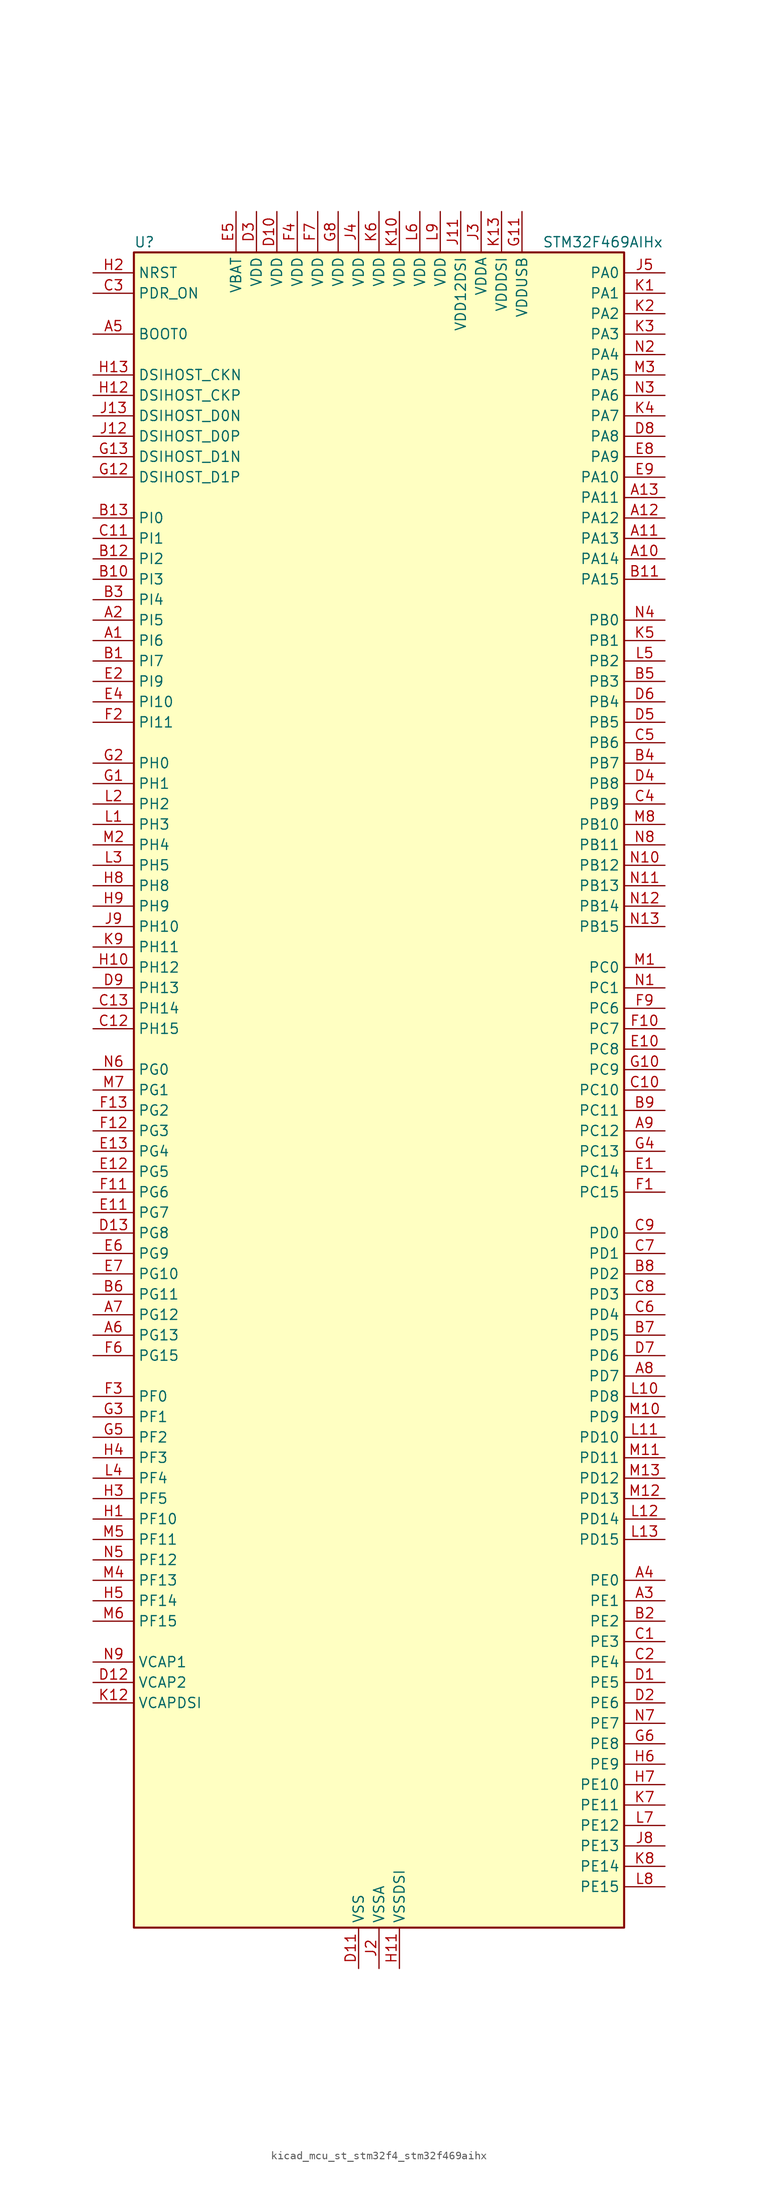
<source format=kicad_sym>
(kicad_symbol_lib
  (version 20220914)
  (generator kicad_symbol_editor)
  (symbol "kicad_mcu_st_stm32f4_stm32f469aihx"
    (property "Reference" "U"
      (at -30.48 105.41 0)
      (effects (font (size 1.27 1.27)) (justify left)))
    (property "Value" "STM32F469AIHx"
      (at 20.32 105.41 0)
      (effects (font (size 1.27 1.27)) (justify left)))
    (property "ki_locked" ""
      (at 0 0 0)
      (effects (font (size 1.27 1.27))))
    (symbol "kicad_mcu_st_stm32f4_stm32f469aihx_0_1"
      (rectangle (start -30.48 -104.14) (end 30.48 104.14) (stroke (width 0.254) (type default)) (fill (type background))))
    (symbol "kicad_mcu_st_stm32f4_stm32f469aihx_1_1"
      (pin bidirectional line (at -35.56 55.88 0) (length 5.08) (name "PI6" (effects (font (size 1.27 1.27)))) (number "A1" (effects (font (size 1.27 1.27)))) (alternate "DCMI_D6" bidirectional line) (alternate "FMC_D28" bidirectional line) (alternate "LTDC_B6" bidirectional line) (alternate "TIM8_CH2" bidirectional line))
      (pin bidirectional line (at 35.56 66.04 180) (length 5.08) (name "PA14" (effects (font (size 1.27 1.27)))) (number "A10" (effects (font (size 1.27 1.27)))) (alternate "SYS_JTCK-SWCLK" bidirectional line))
      (pin bidirectional line (at 35.56 68.58 180) (length 5.08) (name "PA13" (effects (font (size 1.27 1.27)))) (number "A11" (effects (font (size 1.27 1.27)))) (alternate "SYS_JTMS-SWDIO" bidirectional line))
      (pin bidirectional line (at 35.56 71.12 180) (length 5.08) (name "PA12" (effects (font (size 1.27 1.27)))) (number "A12" (effects (font (size 1.27 1.27)))) (alternate "CAN1_TX" bidirectional line) (alternate "LTDC_R5" bidirectional line) (alternate "TIM1_ETR" bidirectional line) (alternate "USART1_RTS" bidirectional line) (alternate "USB_OTG_FS_DP" bidirectional line))
      (pin bidirectional line (at 35.56 73.66 180) (length 5.08) (name "PA11" (effects (font (size 1.27 1.27)))) (number "A13" (effects (font (size 1.27 1.27)))) (alternate "ADC1_EXTI11" bidirectional line) (alternate "ADC2_EXTI11" bidirectional line) (alternate "ADC3_EXTI11" bidirectional line) (alternate "CAN1_RX" bidirectional line) (alternate "LTDC_R4" bidirectional line) (alternate "TIM1_CH4" bidirectional line) (alternate "USART1_CTS" bidirectional line) (alternate "USB_OTG_FS_DM" bidirectional line))
      (pin bidirectional line (at -35.56 58.42 0) (length 5.08) (name "PI5" (effects (font (size 1.27 1.27)))) (number "A2" (effects (font (size 1.27 1.27)))) (alternate "DCMI_VSYNC" bidirectional line) (alternate "FMC_NBL3" bidirectional line) (alternate "LTDC_B5" bidirectional line) (alternate "TIM8_CH1" bidirectional line))
      (pin bidirectional line (at 35.56 -63.5 180) (length 5.08) (name "PE1" (effects (font (size 1.27 1.27)))) (number "A3" (effects (font (size 1.27 1.27)))) (alternate "DCMI_D3" bidirectional line) (alternate "FMC_NBL1" bidirectional line) (alternate "UART8_TX" bidirectional line))
      (pin bidirectional line (at 35.56 -60.96 180) (length 5.08) (name "PE0" (effects (font (size 1.27 1.27)))) (number "A4" (effects (font (size 1.27 1.27)))) (alternate "DCMI_D2" bidirectional line) (alternate "FMC_NBL0" bidirectional line) (alternate "TIM4_ETR" bidirectional line) (alternate "UART8_RX" bidirectional line))
      (pin input line (at -35.56 93.98 0) (length 5.08) (name "BOOT0" (effects (font (size 1.27 1.27)))) (number "A5" (effects (font (size 1.27 1.27)))))
      (pin bidirectional line (at -35.56 -30.48 0) (length 5.08) (name "PG13" (effects (font (size 1.27 1.27)))) (number "A6" (effects (font (size 1.27 1.27)))) (alternate "FMC_A24" bidirectional line) (alternate "LTDC_R0" bidirectional line) (alternate "SPI6_SCK" bidirectional line) (alternate "SYS_TRACED0" bidirectional line) (alternate "USART6_CTS" bidirectional line))
      (pin bidirectional line (at -35.56 -27.94 0) (length 5.08) (name "PG12" (effects (font (size 1.27 1.27)))) (number "A7" (effects (font (size 1.27 1.27)))) (alternate "FMC_NE4" bidirectional line) (alternate "LTDC_B1" bidirectional line) (alternate "LTDC_B4" bidirectional line) (alternate "SPI6_MISO" bidirectional line) (alternate "USART6_RTS" bidirectional line))
      (pin bidirectional line (at 35.56 -35.56 180) (length 5.08) (name "PD7" (effects (font (size 1.27 1.27)))) (number "A8" (effects (font (size 1.27 1.27)))) (alternate "FMC_NE1" bidirectional line) (alternate "USART2_CK" bidirectional line))
      (pin bidirectional line (at 35.56 -5.08 180) (length 5.08) (name "PC12" (effects (font (size 1.27 1.27)))) (number "A9" (effects (font (size 1.27 1.27)))) (alternate "DCMI_D9" bidirectional line) (alternate "I2S3_SD" bidirectional line) (alternate "SDIO_CK" bidirectional line) (alternate "SPI3_MOSI" bidirectional line) (alternate "SYS_TRACED3" bidirectional line) (alternate "UART5_TX" bidirectional line) (alternate "USART3_CK" bidirectional line))
      (pin bidirectional line (at -35.56 53.34 0) (length 5.08) (name "PI7" (effects (font (size 1.27 1.27)))) (number "B1" (effects (font (size 1.27 1.27)))) (alternate "DCMI_D7" bidirectional line) (alternate "FMC_D29" bidirectional line) (alternate "LTDC_B7" bidirectional line) (alternate "TIM8_CH3" bidirectional line))
      (pin bidirectional line (at -35.56 63.5 0) (length 5.08) (name "PI3" (effects (font (size 1.27 1.27)))) (number "B10" (effects (font (size 1.27 1.27)))) (alternate "DCMI_D10" bidirectional line) (alternate "FMC_D27" bidirectional line) (alternate "I2S2_SD" bidirectional line) (alternate "SPI2_MOSI" bidirectional line) (alternate "TIM8_ETR" bidirectional line))
      (pin bidirectional line (at 35.56 63.5 180) (length 5.08) (name "PA15" (effects (font (size 1.27 1.27)))) (number "B11" (effects (font (size 1.27 1.27)))) (alternate "ADC1_EXTI15" bidirectional line) (alternate "ADC2_EXTI15" bidirectional line) (alternate "ADC3_EXTI15" bidirectional line) (alternate "I2S3_WS" bidirectional line) (alternate "SPI1_NSS" bidirectional line) (alternate "SPI3_NSS" bidirectional line) (alternate "SYS_JTDI" bidirectional line) (alternate "TIM2_CH1" bidirectional line) (alternate "TIM2_ETR" bidirectional line))
      (pin bidirectional line (at -35.56 66.04 0) (length 5.08) (name "PI2" (effects (font (size 1.27 1.27)))) (number "B12" (effects (font (size 1.27 1.27)))) (alternate "DCMI_D9" bidirectional line) (alternate "FMC_D26" bidirectional line) (alternate "I2S2_ext_SD" bidirectional line) (alternate "LTDC_G7" bidirectional line) (alternate "SPI2_MISO" bidirectional line) (alternate "TIM8_CH4" bidirectional line))
      (pin bidirectional line (at -35.56 71.12 0) (length 5.08) (name "PI0" (effects (font (size 1.27 1.27)))) (number "B13" (effects (font (size 1.27 1.27)))) (alternate "DCMI_D13" bidirectional line) (alternate "FMC_D24" bidirectional line) (alternate "I2S2_WS" bidirectional line) (alternate "LTDC_G5" bidirectional line) (alternate "SPI2_NSS" bidirectional line) (alternate "TIM5_CH4" bidirectional line))
      (pin bidirectional line (at 35.56 -66.04 180) (length 5.08) (name "PE2" (effects (font (size 1.27 1.27)))) (number "B2" (effects (font (size 1.27 1.27)))) (alternate "FMC_A23" bidirectional line) (alternate "QUADSPI_BK1_IO2" bidirectional line) (alternate "SAI1_MCLK_A" bidirectional line) (alternate "SPI4_SCK" bidirectional line) (alternate "SYS_TRACECLK" bidirectional line))
      (pin bidirectional line (at -35.56 60.96 0) (length 5.08) (name "PI4" (effects (font (size 1.27 1.27)))) (number "B3" (effects (font (size 1.27 1.27)))) (alternate "DCMI_D5" bidirectional line) (alternate "FMC_NBL2" bidirectional line) (alternate "LTDC_B4" bidirectional line) (alternate "TIM8_BKIN" bidirectional line))
      (pin bidirectional line (at 35.56 40.64 180) (length 5.08) (name "PB7" (effects (font (size 1.27 1.27)))) (number "B4" (effects (font (size 1.27 1.27)))) (alternate "DCMI_VSYNC" bidirectional line) (alternate "FMC_NL" bidirectional line) (alternate "I2C1_SDA" bidirectional line) (alternate "TIM4_CH2" bidirectional line) (alternate "USART1_RX" bidirectional line))
      (pin bidirectional line (at 35.56 50.8 180) (length 5.08) (name "PB3" (effects (font (size 1.27 1.27)))) (number "B5" (effects (font (size 1.27 1.27)))) (alternate "I2S3_CK" bidirectional line) (alternate "SPI1_SCK" bidirectional line) (alternate "SPI3_SCK" bidirectional line) (alternate "SYS_JTDO-SWO" bidirectional line) (alternate "TIM2_CH2" bidirectional line))
      (pin bidirectional line (at -35.56 -25.4 0) (length 5.08) (name "PG11" (effects (font (size 1.27 1.27)))) (number "B6" (effects (font (size 1.27 1.27)))) (alternate "ADC1_EXTI11" bidirectional line) (alternate "ADC2_EXTI11" bidirectional line) (alternate "ADC3_EXTI11" bidirectional line) (alternate "DCMI_D3" bidirectional line) (alternate "LTDC_B3" bidirectional line))
      (pin bidirectional line (at 35.56 -30.48 180) (length 5.08) (name "PD5" (effects (font (size 1.27 1.27)))) (number "B7" (effects (font (size 1.27 1.27)))) (alternate "FMC_NWE" bidirectional line) (alternate "USART2_TX" bidirectional line))
      (pin bidirectional line (at 35.56 -22.86 180) (length 5.08) (name "PD2" (effects (font (size 1.27 1.27)))) (number "B8" (effects (font (size 1.27 1.27)))) (alternate "DCMI_D11" bidirectional line) (alternate "SDIO_CMD" bidirectional line) (alternate "SYS_TRACED2" bidirectional line) (alternate "TIM3_ETR" bidirectional line) (alternate "UART5_RX" bidirectional line))
      (pin bidirectional line (at 35.56 -2.54 180) (length 5.08) (name "PC11" (effects (font (size 1.27 1.27)))) (number "B9" (effects (font (size 1.27 1.27)))) (alternate "ADC1_EXTI11" bidirectional line) (alternate "ADC2_EXTI11" bidirectional line) (alternate "ADC3_EXTI11" bidirectional line) (alternate "DCMI_D4" bidirectional line) (alternate "I2S3_ext_SD" bidirectional line) (alternate "QUADSPI_BK2_NCS" bidirectional line) (alternate "SDIO_D3" bidirectional line) (alternate "SPI3_MISO" bidirectional line) (alternate "UART4_RX" bidirectional line) (alternate "USART3_RX" bidirectional line))
      (pin bidirectional line (at 35.56 -68.58 180) (length 5.08) (name "PE3" (effects (font (size 1.27 1.27)))) (number "C1" (effects (font (size 1.27 1.27)))) (alternate "FMC_A19" bidirectional line) (alternate "SAI1_SD_B" bidirectional line) (alternate "SYS_TRACED0" bidirectional line))
      (pin bidirectional line (at 35.56 0 180) (length 5.08) (name "PC10" (effects (font (size 1.27 1.27)))) (number "C10" (effects (font (size 1.27 1.27)))) (alternate "DCMI_D8" bidirectional line) (alternate "I2S3_CK" bidirectional line) (alternate "LTDC_R2" bidirectional line) (alternate "QUADSPI_BK1_IO1" bidirectional line) (alternate "SDIO_D2" bidirectional line) (alternate "SPI3_SCK" bidirectional line) (alternate "UART4_TX" bidirectional line) (alternate "USART3_TX" bidirectional line))
      (pin bidirectional line (at -35.56 68.58 0) (length 5.08) (name "PI1" (effects (font (size 1.27 1.27)))) (number "C11" (effects (font (size 1.27 1.27)))) (alternate "DCMI_D8" bidirectional line) (alternate "FMC_D25" bidirectional line) (alternate "I2S2_CK" bidirectional line) (alternate "LTDC_G6" bidirectional line) (alternate "SPI2_SCK" bidirectional line))
      (pin bidirectional line (at -35.56 7.62 0) (length 5.08) (name "PH15" (effects (font (size 1.27 1.27)))) (number "C12" (effects (font (size 1.27 1.27)))) (alternate "ADC1_EXTI15" bidirectional line) (alternate "ADC2_EXTI15" bidirectional line) (alternate "ADC3_EXTI15" bidirectional line) (alternate "DCMI_D11" bidirectional line) (alternate "FMC_D23" bidirectional line) (alternate "LTDC_G4" bidirectional line) (alternate "TIM8_CH3N" bidirectional line))
      (pin bidirectional line (at -35.56 10.16 0) (length 5.08) (name "PH14" (effects (font (size 1.27 1.27)))) (number "C13" (effects (font (size 1.27 1.27)))) (alternate "DCMI_D4" bidirectional line) (alternate "FMC_D22" bidirectional line) (alternate "LTDC_G3" bidirectional line) (alternate "TIM8_CH2N" bidirectional line))
      (pin bidirectional line (at 35.56 -71.12 180) (length 5.08) (name "PE4" (effects (font (size 1.27 1.27)))) (number "C2" (effects (font (size 1.27 1.27)))) (alternate "DCMI_D4" bidirectional line) (alternate "FMC_A20" bidirectional line) (alternate "LTDC_B0" bidirectional line) (alternate "SAI1_FS_A" bidirectional line) (alternate "SPI4_NSS" bidirectional line) (alternate "SYS_TRACED1" bidirectional line))
      (pin input line (at -35.56 99.06 0) (length 5.08) (name "PDR_ON" (effects (font (size 1.27 1.27)))) (number "C3" (effects (font (size 1.27 1.27)))))
      (pin bidirectional line (at 35.56 35.56 180) (length 5.08) (name "PB9" (effects (font (size 1.27 1.27)))) (number "C4" (effects (font (size 1.27 1.27)))) (alternate "CAN1_TX" bidirectional line) (alternate "DAC_EXTI9" bidirectional line) (alternate "DCMI_D7" bidirectional line) (alternate "I2C1_SDA" bidirectional line) (alternate "I2S2_WS" bidirectional line) (alternate "LTDC_B7" bidirectional line) (alternate "SDIO_D5" bidirectional line) (alternate "SPI2_NSS" bidirectional line) (alternate "TIM11_CH1" bidirectional line) (alternate "TIM4_CH4" bidirectional line))
      (pin bidirectional line (at 35.56 43.18 180) (length 5.08) (name "PB6" (effects (font (size 1.27 1.27)))) (number "C5" (effects (font (size 1.27 1.27)))) (alternate "CAN2_TX" bidirectional line) (alternate "DCMI_D5" bidirectional line) (alternate "FMC_SDNE1" bidirectional line) (alternate "I2C1_SCL" bidirectional line) (alternate "QUADSPI_BK1_NCS" bidirectional line) (alternate "TIM4_CH1" bidirectional line) (alternate "USART1_TX" bidirectional line))
      (pin bidirectional line (at 35.56 -27.94 180) (length 5.08) (name "PD4" (effects (font (size 1.27 1.27)))) (number "C6" (effects (font (size 1.27 1.27)))) (alternate "FMC_NOE" bidirectional line) (alternate "USART2_RTS" bidirectional line))
      (pin bidirectional line (at 35.56 -20.32 180) (length 5.08) (name "PD1" (effects (font (size 1.27 1.27)))) (number "C7" (effects (font (size 1.27 1.27)))) (alternate "CAN1_TX" bidirectional line) (alternate "FMC_D3" bidirectional line) (alternate "FMC_DA3" bidirectional line))
      (pin bidirectional line (at 35.56 -25.4 180) (length 5.08) (name "PD3" (effects (font (size 1.27 1.27)))) (number "C8" (effects (font (size 1.27 1.27)))) (alternate "DCMI_D5" bidirectional line) (alternate "FMC_CLK" bidirectional line) (alternate "I2S2_CK" bidirectional line) (alternate "LTDC_G7" bidirectional line) (alternate "SPI2_SCK" bidirectional line) (alternate "USART2_CTS" bidirectional line))
      (pin bidirectional line (at 35.56 -17.78 180) (length 5.08) (name "PD0" (effects (font (size 1.27 1.27)))) (number "C9" (effects (font (size 1.27 1.27)))) (alternate "CAN1_RX" bidirectional line) (alternate "FMC_D2" bidirectional line) (alternate "FMC_DA2" bidirectional line))
      (pin bidirectional line (at 35.56 -73.66 180) (length 5.08) (name "PE5" (effects (font (size 1.27 1.27)))) (number "D1" (effects (font (size 1.27 1.27)))) (alternate "DCMI_D6" bidirectional line) (alternate "FMC_A21" bidirectional line) (alternate "LTDC_G0" bidirectional line) (alternate "SAI1_SCK_A" bidirectional line) (alternate "SPI4_MISO" bidirectional line) (alternate "SYS_TRACED2" bidirectional line) (alternate "TIM9_CH1" bidirectional line))
      (pin power_in line (at -12.7 109.22 270) (length 5.08) (name "VDD" (effects (font (size 1.27 1.27)))) (number "D10" (effects (font (size 1.27 1.27)))))
      (pin power_in line (at -2.54 -109.22 90) (length 5.08) (name "VSS" (effects (font (size 1.27 1.27)))) (number "D11" (effects (font (size 1.27 1.27)))))
      (pin power_out line (at -35.56 -73.66 0) (length 5.08) (name "VCAP2" (effects (font (size 1.27 1.27)))) (number "D12" (effects (font (size 1.27 1.27)))))
      (pin bidirectional line (at -35.56 -17.78 0) (length 5.08) (name "PG8" (effects (font (size 1.27 1.27)))) (number "D13" (effects (font (size 1.27 1.27)))) (alternate "FMC_SDCLK" bidirectional line) (alternate "LTDC_G7" bidirectional line) (alternate "SPI6_NSS" bidirectional line) (alternate "USART6_RTS" bidirectional line))
      (pin bidirectional line (at 35.56 -76.2 180) (length 5.08) (name "PE6" (effects (font (size 1.27 1.27)))) (number "D2" (effects (font (size 1.27 1.27)))) (alternate "DCMI_D7" bidirectional line) (alternate "FMC_A22" bidirectional line) (alternate "LTDC_G1" bidirectional line) (alternate "SAI1_SD_A" bidirectional line) (alternate "SPI4_MOSI" bidirectional line) (alternate "SYS_TRACED3" bidirectional line) (alternate "TIM9_CH2" bidirectional line))
      (pin power_in line (at -15.24 109.22 270) (length 5.08) (name "VDD" (effects (font (size 1.27 1.27)))) (number "D3" (effects (font (size 1.27 1.27)))))
      (pin bidirectional line (at 35.56 38.1 180) (length 5.08) (name "PB8" (effects (font (size 1.27 1.27)))) (number "D4" (effects (font (size 1.27 1.27)))) (alternate "CAN1_RX" bidirectional line) (alternate "DCMI_D6" bidirectional line) (alternate "I2C1_SCL" bidirectional line) (alternate "LTDC_B6" bidirectional line) (alternate "SDIO_D4" bidirectional line) (alternate "TIM10_CH1" bidirectional line) (alternate "TIM4_CH3" bidirectional line))
      (pin bidirectional line (at 35.56 45.72 180) (length 5.08) (name "PB5" (effects (font (size 1.27 1.27)))) (number "D5" (effects (font (size 1.27 1.27)))) (alternate "CAN2_RX" bidirectional line) (alternate "DCMI_D10" bidirectional line) (alternate "FMC_SDCKE1" bidirectional line) (alternate "I2C1_SMBA" bidirectional line) (alternate "I2S3_SD" bidirectional line) (alternate "LTDC_G7" bidirectional line) (alternate "SPI1_MOSI" bidirectional line) (alternate "SPI3_MOSI" bidirectional line) (alternate "TIM3_CH2" bidirectional line) (alternate "USB_OTG_HS_ULPI_D7" bidirectional line))
      (pin bidirectional line (at 35.56 48.26 180) (length 5.08) (name "PB4" (effects (font (size 1.27 1.27)))) (number "D6" (effects (font (size 1.27 1.27)))) (alternate "I2S3_ext_SD" bidirectional line) (alternate "SPI1_MISO" bidirectional line) (alternate "SPI3_MISO" bidirectional line) (alternate "SYS_JTRST" bidirectional line) (alternate "TIM3_CH1" bidirectional line))
      (pin bidirectional line (at 35.56 -33.02 180) (length 5.08) (name "PD6" (effects (font (size 1.27 1.27)))) (number "D7" (effects (font (size 1.27 1.27)))) (alternate "DCMI_D10" bidirectional line) (alternate "FMC_NWAIT" bidirectional line) (alternate "I2S3_SD" bidirectional line) (alternate "LTDC_B2" bidirectional line) (alternate "SAI1_SD_A" bidirectional line) (alternate "SPI3_MOSI" bidirectional line) (alternate "USART2_RX" bidirectional line))
      (pin bidirectional line (at 35.56 81.28 180) (length 5.08) (name "PA8" (effects (font (size 1.27 1.27)))) (number "D8" (effects (font (size 1.27 1.27)))) (alternate "I2C3_SCL" bidirectional line) (alternate "LTDC_R6" bidirectional line) (alternate "RCC_MCO_1" bidirectional line) (alternate "TIM1_CH1" bidirectional line) (alternate "USART1_CK" bidirectional line) (alternate "USB_OTG_FS_SOF" bidirectional line))
      (pin bidirectional line (at -35.56 12.7 0) (length 5.08) (name "PH13" (effects (font (size 1.27 1.27)))) (number "D9" (effects (font (size 1.27 1.27)))) (alternate "CAN1_TX" bidirectional line) (alternate "FMC_D21" bidirectional line) (alternate "LTDC_G2" bidirectional line) (alternate "TIM8_CH1N" bidirectional line))
      (pin bidirectional line (at 35.56 -10.16 180) (length 5.08) (name "PC14" (effects (font (size 1.27 1.27)))) (number "E1" (effects (font (size 1.27 1.27)))) (alternate "RCC_OSC32_IN" bidirectional line))
      (pin bidirectional line (at 35.56 5.08 180) (length 5.08) (name "PC8" (effects (font (size 1.27 1.27)))) (number "E10" (effects (font (size 1.27 1.27)))) (alternate "DCMI_D2" bidirectional line) (alternate "SDIO_D0" bidirectional line) (alternate "SYS_TRACED1" bidirectional line) (alternate "TIM3_CH3" bidirectional line) (alternate "TIM8_CH3" bidirectional line) (alternate "USART6_CK" bidirectional line))
      (pin bidirectional line (at -35.56 -15.24 0) (length 5.08) (name "PG7" (effects (font (size 1.27 1.27)))) (number "E11" (effects (font (size 1.27 1.27)))) (alternate "DCMI_D13" bidirectional line) (alternate "FMC_INT" bidirectional line) (alternate "LTDC_CLK" bidirectional line) (alternate "SAI1_MCLK_A" bidirectional line) (alternate "USART6_CK" bidirectional line))
      (pin bidirectional line (at -35.56 -10.16 0) (length 5.08) (name "PG5" (effects (font (size 1.27 1.27)))) (number "E12" (effects (font (size 1.27 1.27)))) (alternate "FMC_A15" bidirectional line) (alternate "FMC_BA1" bidirectional line))
      (pin bidirectional line (at -35.56 -7.62 0) (length 5.08) (name "PG4" (effects (font (size 1.27 1.27)))) (number "E13" (effects (font (size 1.27 1.27)))) (alternate "FMC_A14" bidirectional line) (alternate "FMC_BA0" bidirectional line))
      (pin bidirectional line (at -35.56 50.8 0) (length 5.08) (name "PI9" (effects (font (size 1.27 1.27)))) (number "E2" (effects (font (size 1.27 1.27)))) (alternate "CAN1_RX" bidirectional line) (alternate "DAC_EXTI9" bidirectional line) (alternate "FMC_D30" bidirectional line) (alternate "LTDC_VSYNC" bidirectional line))
      (pin passive line (at -2.54 -109.22 90) (length 5.08) hide (name "VSS" (effects (font (size 1.27 1.27)))) (number "E3" (effects (font (size 1.27 1.27)))))
      (pin bidirectional line (at -35.56 48.26 0) (length 5.08) (name "PI10" (effects (font (size 1.27 1.27)))) (number "E4" (effects (font (size 1.27 1.27)))) (alternate "FMC_D31" bidirectional line) (alternate "LTDC_HSYNC" bidirectional line))
      (pin power_in line (at -17.78 109.22 270) (length 5.08) (name "VBAT" (effects (font (size 1.27 1.27)))) (number "E5" (effects (font (size 1.27 1.27)))))
      (pin bidirectional line (at -35.56 -20.32 0) (length 5.08) (name "PG9" (effects (font (size 1.27 1.27)))) (number "E6" (effects (font (size 1.27 1.27)))) (alternate "DAC_EXTI9" bidirectional line) (alternate "DCMI_VSYNC" bidirectional line) (alternate "FMC_NCE" bidirectional line) (alternate "FMC_NE2" bidirectional line) (alternate "QUADSPI_BK2_IO2" bidirectional line) (alternate "USART6_RX" bidirectional line))
      (pin bidirectional line (at -35.56 -22.86 0) (length 5.08) (name "PG10" (effects (font (size 1.27 1.27)))) (number "E7" (effects (font (size 1.27 1.27)))) (alternate "DCMI_D2" bidirectional line) (alternate "FMC_NE3" bidirectional line) (alternate "LTDC_B2" bidirectional line) (alternate "LTDC_G3" bidirectional line))
      (pin bidirectional line (at 35.56 78.74 180) (length 5.08) (name "PA9" (effects (font (size 1.27 1.27)))) (number "E8" (effects (font (size 1.27 1.27)))) (alternate "DAC_EXTI9" bidirectional line) (alternate "DCMI_D0" bidirectional line) (alternate "I2C3_SMBA" bidirectional line) (alternate "I2S2_CK" bidirectional line) (alternate "SPI2_SCK" bidirectional line) (alternate "TIM1_CH2" bidirectional line) (alternate "USART1_TX" bidirectional line) (alternate "USB_OTG_FS_VBUS" bidirectional line))
      (pin bidirectional line (at 35.56 76.2 180) (length 5.08) (name "PA10" (effects (font (size 1.27 1.27)))) (number "E9" (effects (font (size 1.27 1.27)))) (alternate "DCMI_D1" bidirectional line) (alternate "TIM1_CH3" bidirectional line) (alternate "USART1_RX" bidirectional line) (alternate "USB_OTG_FS_ID" bidirectional line))
      (pin bidirectional line (at 35.56 -12.7 180) (length 5.08) (name "PC15" (effects (font (size 1.27 1.27)))) (number "F1" (effects (font (size 1.27 1.27)))) (alternate "ADC1_EXTI15" bidirectional line) (alternate "ADC2_EXTI15" bidirectional line) (alternate "ADC3_EXTI15" bidirectional line) (alternate "RCC_OSC32_OUT" bidirectional line))
      (pin bidirectional line (at 35.56 7.62 180) (length 5.08) (name "PC7" (effects (font (size 1.27 1.27)))) (number "F10" (effects (font (size 1.27 1.27)))) (alternate "DCMI_D1" bidirectional line) (alternate "I2S3_MCK" bidirectional line) (alternate "LTDC_G6" bidirectional line) (alternate "SDIO_D7" bidirectional line) (alternate "TIM3_CH2" bidirectional line) (alternate "TIM8_CH2" bidirectional line) (alternate "USART6_RX" bidirectional line))
      (pin bidirectional line (at -35.56 -12.7 0) (length 5.08) (name "PG6" (effects (font (size 1.27 1.27)))) (number "F11" (effects (font (size 1.27 1.27)))) (alternate "DCMI_D12" bidirectional line) (alternate "LTDC_R7" bidirectional line))
      (pin bidirectional line (at -35.56 -5.08 0) (length 5.08) (name "PG3" (effects (font (size 1.27 1.27)))) (number "F12" (effects (font (size 1.27 1.27)))) (alternate "FMC_A13" bidirectional line))
      (pin bidirectional line (at -35.56 -2.54 0) (length 5.08) (name "PG2" (effects (font (size 1.27 1.27)))) (number "F13" (effects (font (size 1.27 1.27)))) (alternate "FMC_A12" bidirectional line))
      (pin bidirectional line (at -35.56 45.72 0) (length 5.08) (name "PI11" (effects (font (size 1.27 1.27)))) (number "F2" (effects (font (size 1.27 1.27)))) (alternate "ADC1_EXTI11" bidirectional line) (alternate "ADC2_EXTI11" bidirectional line) (alternate "ADC3_EXTI11" bidirectional line) (alternate "LTDC_G6" bidirectional line) (alternate "USB_OTG_HS_ULPI_DIR" bidirectional line))
      (pin bidirectional line (at -35.56 -38.1 0) (length 5.08) (name "PF0" (effects (font (size 1.27 1.27)))) (number "F3" (effects (font (size 1.27 1.27)))) (alternate "FMC_A0" bidirectional line) (alternate "I2C2_SDA" bidirectional line))
      (pin power_in line (at -10.16 109.22 270) (length 5.08) (name "VDD" (effects (font (size 1.27 1.27)))) (number "F4" (effects (font (size 1.27 1.27)))))
      (pin passive line (at -2.54 -109.22 90) (length 5.08) hide (name "VSS" (effects (font (size 1.27 1.27)))) (number "F5" (effects (font (size 1.27 1.27)))))
      (pin bidirectional line (at -35.56 -33.02 0) (length 5.08) (name "PG15" (effects (font (size 1.27 1.27)))) (number "F6" (effects (font (size 1.27 1.27)))) (alternate "ADC1_EXTI15" bidirectional line) (alternate "ADC2_EXTI15" bidirectional line) (alternate "ADC3_EXTI15" bidirectional line) (alternate "DCMI_D13" bidirectional line) (alternate "FMC_SDNCAS" bidirectional line) (alternate "USART6_CTS" bidirectional line))
      (pin power_in line (at -7.62 109.22 270) (length 5.08) (name "VDD" (effects (font (size 1.27 1.27)))) (number "F7" (effects (font (size 1.27 1.27)))))
      (pin passive line (at -2.54 -109.22 90) (length 5.08) hide (name "VSS" (effects (font (size 1.27 1.27)))) (number "F8" (effects (font (size 1.27 1.27)))))
      (pin bidirectional line (at 35.56 10.16 180) (length 5.08) (name "PC6" (effects (font (size 1.27 1.27)))) (number "F9" (effects (font (size 1.27 1.27)))) (alternate "DCMI_D0" bidirectional line) (alternate "I2S2_MCK" bidirectional line) (alternate "LTDC_HSYNC" bidirectional line) (alternate "SDIO_D6" bidirectional line) (alternate "TIM3_CH1" bidirectional line) (alternate "TIM8_CH1" bidirectional line) (alternate "USART6_TX" bidirectional line))
      (pin bidirectional line (at -35.56 38.1 0) (length 5.08) (name "PH1" (effects (font (size 1.27 1.27)))) (number "G1" (effects (font (size 1.27 1.27)))) (alternate "RCC_OSC_OUT" bidirectional line))
      (pin bidirectional line (at 35.56 2.54 180) (length 5.08) (name "PC9" (effects (font (size 1.27 1.27)))) (number "G10" (effects (font (size 1.27 1.27)))) (alternate "DAC_EXTI9" bidirectional line) (alternate "DCMI_D3" bidirectional line) (alternate "I2C3_SDA" bidirectional line) (alternate "I2S_CKIN" bidirectional line) (alternate "QUADSPI_BK1_IO0" bidirectional line) (alternate "RCC_MCO_2" bidirectional line) (alternate "SDIO_D1" bidirectional line) (alternate "TIM3_CH4" bidirectional line) (alternate "TIM8_CH4" bidirectional line))
      (pin power_in line (at 17.78 109.22 270) (length 5.08) (name "VDDUSB" (effects (font (size 1.27 1.27)))) (number "G11" (effects (font (size 1.27 1.27)))))
      (pin bidirectional line (at -35.56 76.2 0) (length 5.08) (name "DSIHOST_D1P" (effects (font (size 1.27 1.27)))) (number "G12" (effects (font (size 1.27 1.27)))) (alternate "DSIHOST_D1P" bidirectional line))
      (pin bidirectional line (at -35.56 78.74 0) (length 5.08) (name "DSIHOST_D1N" (effects (font (size 1.27 1.27)))) (number "G13" (effects (font (size 1.27 1.27)))) (alternate "DSIHOST_D1N" bidirectional line))
      (pin bidirectional line (at -35.56 40.64 0) (length 5.08) (name "PH0" (effects (font (size 1.27 1.27)))) (number "G2" (effects (font (size 1.27 1.27)))) (alternate "RCC_OSC_IN" bidirectional line))
      (pin bidirectional line (at -35.56 -40.64 0) (length 5.08) (name "PF1" (effects (font (size 1.27 1.27)))) (number "G3" (effects (font (size 1.27 1.27)))) (alternate "FMC_A1" bidirectional line) (alternate "I2C2_SCL" bidirectional line))
      (pin bidirectional line (at 35.56 -7.62 180) (length 5.08) (name "PC13" (effects (font (size 1.27 1.27)))) (number "G4" (effects (font (size 1.27 1.27)))) (alternate "RTC_AF1" bidirectional line))
      (pin bidirectional line (at -35.56 -43.18 0) (length 5.08) (name "PF2" (effects (font (size 1.27 1.27)))) (number "G5" (effects (font (size 1.27 1.27)))) (alternate "FMC_A2" bidirectional line) (alternate "I2C2_SMBA" bidirectional line))
      (pin bidirectional line (at 35.56 -81.28 180) (length 5.08) (name "PE8" (effects (font (size 1.27 1.27)))) (number "G6" (effects (font (size 1.27 1.27)))) (alternate "FMC_D5" bidirectional line) (alternate "FMC_DA5" bidirectional line) (alternate "QUADSPI_BK2_IO1" bidirectional line) (alternate "TIM1_CH1N" bidirectional line) (alternate "UART7_TX" bidirectional line))
      (pin passive line (at -2.54 -109.22 90) (length 5.08) hide (name "VSS" (effects (font (size 1.27 1.27)))) (number "G7" (effects (font (size 1.27 1.27)))))
      (pin power_in line (at -5.08 109.22 270) (length 5.08) (name "VDD" (effects (font (size 1.27 1.27)))) (number "G8" (effects (font (size 1.27 1.27)))))
      (pin passive line (at -2.54 -109.22 90) (length 5.08) hide (name "VSS" (effects (font (size 1.27 1.27)))) (number "G9" (effects (font (size 1.27 1.27)))))
      (pin bidirectional line (at -35.56 -53.34 0) (length 5.08) (name "PF10" (effects (font (size 1.27 1.27)))) (number "H1" (effects (font (size 1.27 1.27)))) (alternate "ADC3_IN8" bidirectional line) (alternate "DCMI_D11" bidirectional line) (alternate "LTDC_DE" bidirectional line) (alternate "QUADSPI_CLK" bidirectional line))
      (pin bidirectional line (at -35.56 15.24 0) (length 5.08) (name "PH12" (effects (font (size 1.27 1.27)))) (number "H10" (effects (font (size 1.27 1.27)))) (alternate "DCMI_D3" bidirectional line) (alternate "FMC_D20" bidirectional line) (alternate "LTDC_R6" bidirectional line) (alternate "TIM5_CH3" bidirectional line))
      (pin power_in line (at 2.54 -109.22 90) (length 5.08) (name "VSSDSI" (effects (font (size 1.27 1.27)))) (number "H11" (effects (font (size 1.27 1.27)))))
      (pin bidirectional line (at -35.56 86.36 0) (length 5.08) (name "DSIHOST_CKP" (effects (font (size 1.27 1.27)))) (number "H12" (effects (font (size 1.27 1.27)))) (alternate "DSIHOST_CKP" bidirectional line))
      (pin bidirectional line (at -35.56 88.9 0) (length 5.08) (name "DSIHOST_CKN" (effects (font (size 1.27 1.27)))) (number "H13" (effects (font (size 1.27 1.27)))) (alternate "DSIHOST_CKN" bidirectional line))
      (pin input line (at -35.56 101.6 0) (length 5.08) (name "NRST" (effects (font (size 1.27 1.27)))) (number "H2" (effects (font (size 1.27 1.27)))))
      (pin bidirectional line (at -35.56 -50.8 0) (length 5.08) (name "PF5" (effects (font (size 1.27 1.27)))) (number "H3" (effects (font (size 1.27 1.27)))) (alternate "ADC3_IN15" bidirectional line) (alternate "FMC_A5" bidirectional line))
      (pin bidirectional line (at -35.56 -45.72 0) (length 5.08) (name "PF3" (effects (font (size 1.27 1.27)))) (number "H4" (effects (font (size 1.27 1.27)))) (alternate "ADC3_IN9" bidirectional line) (alternate "FMC_A3" bidirectional line))
      (pin bidirectional line (at -35.56 -63.5 0) (length 5.08) (name "PF14" (effects (font (size 1.27 1.27)))) (number "H5" (effects (font (size 1.27 1.27)))) (alternate "FMC_A8" bidirectional line))
      (pin bidirectional line (at 35.56 -83.82 180) (length 5.08) (name "PE9" (effects (font (size 1.27 1.27)))) (number "H6" (effects (font (size 1.27 1.27)))) (alternate "DAC_EXTI9" bidirectional line) (alternate "FMC_D6" bidirectional line) (alternate "FMC_DA6" bidirectional line) (alternate "QUADSPI_BK2_IO2" bidirectional line) (alternate "TIM1_CH1" bidirectional line))
      (pin bidirectional line (at 35.56 -86.36 180) (length 5.08) (name "PE10" (effects (font (size 1.27 1.27)))) (number "H7" (effects (font (size 1.27 1.27)))) (alternate "FMC_D7" bidirectional line) (alternate "FMC_DA7" bidirectional line) (alternate "QUADSPI_BK2_IO3" bidirectional line) (alternate "TIM1_CH2N" bidirectional line))
      (pin bidirectional line (at -35.56 25.4 0) (length 5.08) (name "PH8" (effects (font (size 1.27 1.27)))) (number "H8" (effects (font (size 1.27 1.27)))) (alternate "DCMI_HSYNC" bidirectional line) (alternate "FMC_D16" bidirectional line) (alternate "I2C3_SDA" bidirectional line) (alternate "LTDC_R2" bidirectional line))
      (pin bidirectional line (at -35.56 22.86 0) (length 5.08) (name "PH9" (effects (font (size 1.27 1.27)))) (number "H9" (effects (font (size 1.27 1.27)))) (alternate "DAC_EXTI9" bidirectional line) (alternate "DCMI_D0" bidirectional line) (alternate "FMC_D17" bidirectional line) (alternate "I2C3_SMBA" bidirectional line) (alternate "LTDC_R3" bidirectional line) (alternate "TIM12_CH2" bidirectional line))
      (pin passive line (at -2.54 -109.22 90) (length 5.08) hide (name "VSS" (effects (font (size 1.27 1.27)))) (number "J1" (effects (font (size 1.27 1.27)))))
      (pin passive line (at -2.54 -109.22 90) (length 5.08) hide (name "VSS" (effects (font (size 1.27 1.27)))) (number "J10" (effects (font (size 1.27 1.27)))))
      (pin power_in line (at 10.16 109.22 270) (length 5.08) (name "VDD12DSI" (effects (font (size 1.27 1.27)))) (number "J11" (effects (font (size 1.27 1.27)))))
      (pin bidirectional line (at -35.56 81.28 0) (length 5.08) (name "DSIHOST_D0P" (effects (font (size 1.27 1.27)))) (number "J12" (effects (font (size 1.27 1.27)))) (alternate "DSIHOST_D0P" bidirectional line))
      (pin bidirectional line (at -35.56 83.82 0) (length 5.08) (name "DSIHOST_D0N" (effects (font (size 1.27 1.27)))) (number "J13" (effects (font (size 1.27 1.27)))) (alternate "DSIHOST_D0N" bidirectional line))
      (pin power_in line (at 0 -109.22 90) (length 5.08) (name "VSSA" (effects (font (size 1.27 1.27)))) (number "J2" (effects (font (size 1.27 1.27)))))
      (pin power_in line (at 12.7 109.22 270) (length 5.08) (name "VDDA" (effects (font (size 1.27 1.27)))) (number "J3" (effects (font (size 1.27 1.27)))))
      (pin power_in line (at -2.54 109.22 270) (length 5.08) (name "VDD" (effects (font (size 1.27 1.27)))) (number "J4" (effects (font (size 1.27 1.27)))))
      (pin bidirectional line (at 35.56 101.6 180) (length 5.08) (name "PA0" (effects (font (size 1.27 1.27)))) (number "J5" (effects (font (size 1.27 1.27)))) (alternate "ADC1_IN0" bidirectional line) (alternate "ADC2_IN0" bidirectional line) (alternate "ADC3_IN0" bidirectional line) (alternate "SYS_WKUP" bidirectional line) (alternate "TIM2_CH1" bidirectional line) (alternate "TIM2_ETR" bidirectional line) (alternate "TIM5_CH1" bidirectional line) (alternate "TIM8_ETR" bidirectional line) (alternate "UART4_TX" bidirectional line) (alternate "USART2_CTS" bidirectional line))
      (pin passive line (at -2.54 -109.22 90) (length 5.08) hide (name "VSS" (effects (font (size 1.27 1.27)))) (number "J6" (effects (font (size 1.27 1.27)))))
      (pin passive line (at -2.54 -109.22 90) (length 5.08) hide (name "VSS" (effects (font (size 1.27 1.27)))) (number "J7" (effects (font (size 1.27 1.27)))))
      (pin bidirectional line (at 35.56 -93.98 180) (length 5.08) (name "PE13" (effects (font (size 1.27 1.27)))) (number "J8" (effects (font (size 1.27 1.27)))) (alternate "FMC_D10" bidirectional line) (alternate "FMC_DA10" bidirectional line) (alternate "LTDC_DE" bidirectional line) (alternate "SPI4_MISO" bidirectional line) (alternate "TIM1_CH3" bidirectional line))
      (pin bidirectional line (at -35.56 20.32 0) (length 5.08) (name "PH10" (effects (font (size 1.27 1.27)))) (number "J9" (effects (font (size 1.27 1.27)))) (alternate "DCMI_D1" bidirectional line) (alternate "FMC_D18" bidirectional line) (alternate "LTDC_R4" bidirectional line) (alternate "TIM5_CH1" bidirectional line))
      (pin bidirectional line (at 35.56 99.06 180) (length 5.08) (name "PA1" (effects (font (size 1.27 1.27)))) (number "K1" (effects (font (size 1.27 1.27)))) (alternate "ADC1_IN1" bidirectional line) (alternate "ADC2_IN1" bidirectional line) (alternate "ADC3_IN1" bidirectional line) (alternate "LTDC_R2" bidirectional line) (alternate "QUADSPI_BK1_IO3" bidirectional line) (alternate "TIM2_CH2" bidirectional line) (alternate "TIM5_CH2" bidirectional line) (alternate "UART4_RX" bidirectional line) (alternate "USART2_RTS" bidirectional line))
      (pin power_in line (at 2.54 109.22 270) (length 5.08) (name "VDD" (effects (font (size 1.27 1.27)))) (number "K10" (effects (font (size 1.27 1.27)))))
      (pin passive line (at 2.54 -109.22 90) (length 5.08) hide (name "VSSDSI" (effects (font (size 1.27 1.27)))) (number "K11" (effects (font (size 1.27 1.27)))))
      (pin power_out line (at -35.56 -76.2 0) (length 5.08) (name "VCAPDSI" (effects (font (size 1.27 1.27)))) (number "K12" (effects (font (size 1.27 1.27)))))
      (pin power_in line (at 15.24 109.22 270) (length 5.08) (name "VDDDSI" (effects (font (size 1.27 1.27)))) (number "K13" (effects (font (size 1.27 1.27)))))
      (pin bidirectional line (at 35.56 96.52 180) (length 5.08) (name "PA2" (effects (font (size 1.27 1.27)))) (number "K2" (effects (font (size 1.27 1.27)))) (alternate "ADC1_IN2" bidirectional line) (alternate "ADC2_IN2" bidirectional line) (alternate "ADC3_IN2" bidirectional line) (alternate "LTDC_R1" bidirectional line) (alternate "TIM2_CH3" bidirectional line) (alternate "TIM5_CH3" bidirectional line) (alternate "TIM9_CH1" bidirectional line) (alternate "USART2_TX" bidirectional line))
      (pin bidirectional line (at 35.56 93.98 180) (length 5.08) (name "PA3" (effects (font (size 1.27 1.27)))) (number "K3" (effects (font (size 1.27 1.27)))) (alternate "ADC1_IN3" bidirectional line) (alternate "ADC2_IN3" bidirectional line) (alternate "ADC3_IN3" bidirectional line) (alternate "LTDC_B2" bidirectional line) (alternate "LTDC_B5" bidirectional line) (alternate "TIM2_CH4" bidirectional line) (alternate "TIM5_CH4" bidirectional line) (alternate "TIM9_CH2" bidirectional line) (alternate "USART2_RX" bidirectional line) (alternate "USB_OTG_HS_ULPI_D0" bidirectional line))
      (pin bidirectional line (at 35.56 83.82 180) (length 5.08) (name "PA7" (effects (font (size 1.27 1.27)))) (number "K4" (effects (font (size 1.27 1.27)))) (alternate "ADC1_IN7" bidirectional line) (alternate "ADC2_IN7" bidirectional line) (alternate "FMC_SDNWE" bidirectional line) (alternate "QUADSPI_CLK" bidirectional line) (alternate "SPI1_MOSI" bidirectional line) (alternate "TIM14_CH1" bidirectional line) (alternate "TIM1_CH1N" bidirectional line) (alternate "TIM3_CH2" bidirectional line) (alternate "TIM8_CH1N" bidirectional line))
      (pin bidirectional line (at 35.56 55.88 180) (length 5.08) (name "PB1" (effects (font (size 1.27 1.27)))) (number "K5" (effects (font (size 1.27 1.27)))) (alternate "ADC1_IN9" bidirectional line) (alternate "ADC2_IN9" bidirectional line) (alternate "LTDC_G0" bidirectional line) (alternate "LTDC_R6" bidirectional line) (alternate "TIM1_CH3N" bidirectional line) (alternate "TIM3_CH4" bidirectional line) (alternate "TIM8_CH3N" bidirectional line) (alternate "USB_OTG_HS_ULPI_D2" bidirectional line))
      (pin power_in line (at 0 109.22 270) (length 5.08) (name "VDD" (effects (font (size 1.27 1.27)))) (number "K6" (effects (font (size 1.27 1.27)))))
      (pin bidirectional line (at 35.56 -88.9 180) (length 5.08) (name "PE11" (effects (font (size 1.27 1.27)))) (number "K7" (effects (font (size 1.27 1.27)))) (alternate "ADC1_EXTI11" bidirectional line) (alternate "ADC2_EXTI11" bidirectional line) (alternate "ADC3_EXTI11" bidirectional line) (alternate "FMC_D8" bidirectional line) (alternate "FMC_DA8" bidirectional line) (alternate "LTDC_G3" bidirectional line) (alternate "SPI4_NSS" bidirectional line) (alternate "TIM1_CH2" bidirectional line))
      (pin bidirectional line (at 35.56 -96.52 180) (length 5.08) (name "PE14" (effects (font (size 1.27 1.27)))) (number "K8" (effects (font (size 1.27 1.27)))) (alternate "FMC_D11" bidirectional line) (alternate "FMC_DA11" bidirectional line) (alternate "LTDC_CLK" bidirectional line) (alternate "SPI4_MOSI" bidirectional line) (alternate "TIM1_CH4" bidirectional line))
      (pin bidirectional line (at -35.56 17.78 0) (length 5.08) (name "PH11" (effects (font (size 1.27 1.27)))) (number "K9" (effects (font (size 1.27 1.27)))) (alternate "ADC1_EXTI11" bidirectional line) (alternate "ADC2_EXTI11" bidirectional line) (alternate "ADC3_EXTI11" bidirectional line) (alternate "DCMI_D2" bidirectional line) (alternate "FMC_D19" bidirectional line) (alternate "LTDC_R5" bidirectional line) (alternate "TIM5_CH2" bidirectional line))
      (pin bidirectional line (at -35.56 33.02 0) (length 5.08) (name "PH3" (effects (font (size 1.27 1.27)))) (number "L1" (effects (font (size 1.27 1.27)))) (alternate "FMC_SDNE0" bidirectional line) (alternate "LTDC_R1" bidirectional line) (alternate "QUADSPI_BK2_IO1" bidirectional line))
      (pin bidirectional line (at 35.56 -38.1 180) (length 5.08) (name "PD8" (effects (font (size 1.27 1.27)))) (number "L10" (effects (font (size 1.27 1.27)))) (alternate "FMC_D13" bidirectional line) (alternate "FMC_DA13" bidirectional line) (alternate "USART3_TX" bidirectional line))
      (pin bidirectional line (at 35.56 -43.18 180) (length 5.08) (name "PD10" (effects (font (size 1.27 1.27)))) (number "L11" (effects (font (size 1.27 1.27)))) (alternate "FMC_D15" bidirectional line) (alternate "FMC_DA15" bidirectional line) (alternate "LTDC_B3" bidirectional line) (alternate "USART3_CK" bidirectional line))
      (pin bidirectional line (at 35.56 -53.34 180) (length 5.08) (name "PD14" (effects (font (size 1.27 1.27)))) (number "L12" (effects (font (size 1.27 1.27)))) (alternate "FMC_D0" bidirectional line) (alternate "FMC_DA0" bidirectional line) (alternate "TIM4_CH3" bidirectional line))
      (pin bidirectional line (at 35.56 -55.88 180) (length 5.08) (name "PD15" (effects (font (size 1.27 1.27)))) (number "L13" (effects (font (size 1.27 1.27)))) (alternate "ADC1_EXTI15" bidirectional line) (alternate "ADC2_EXTI15" bidirectional line) (alternate "ADC3_EXTI15" bidirectional line) (alternate "FMC_D1" bidirectional line) (alternate "FMC_DA1" bidirectional line) (alternate "TIM4_CH4" bidirectional line))
      (pin bidirectional line (at -35.56 35.56 0) (length 5.08) (name "PH2" (effects (font (size 1.27 1.27)))) (number "L2" (effects (font (size 1.27 1.27)))) (alternate "FMC_SDCKE0" bidirectional line) (alternate "LTDC_R0" bidirectional line) (alternate "QUADSPI_BK2_IO0" bidirectional line))
      (pin bidirectional line (at -35.56 27.94 0) (length 5.08) (name "PH5" (effects (font (size 1.27 1.27)))) (number "L3" (effects (font (size 1.27 1.27)))) (alternate "FMC_SDNWE" bidirectional line) (alternate "I2C2_SDA" bidirectional line))
      (pin bidirectional line (at -35.56 -48.26 0) (length 5.08) (name "PF4" (effects (font (size 1.27 1.27)))) (number "L4" (effects (font (size 1.27 1.27)))) (alternate "ADC3_IN14" bidirectional line) (alternate "FMC_A4" bidirectional line))
      (pin bidirectional line (at 35.56 53.34 180) (length 5.08) (name "PB2" (effects (font (size 1.27 1.27)))) (number "L5" (effects (font (size 1.27 1.27)))))
      (pin power_in line (at 5.08 109.22 270) (length 5.08) (name "VDD" (effects (font (size 1.27 1.27)))) (number "L6" (effects (font (size 1.27 1.27)))))
      (pin bidirectional line (at 35.56 -91.44 180) (length 5.08) (name "PE12" (effects (font (size 1.27 1.27)))) (number "L7" (effects (font (size 1.27 1.27)))) (alternate "FMC_D9" bidirectional line) (alternate "FMC_DA9" bidirectional line) (alternate "LTDC_B4" bidirectional line) (alternate "SPI4_SCK" bidirectional line) (alternate "TIM1_CH3N" bidirectional line))
      (pin bidirectional line (at 35.56 -99.06 180) (length 5.08) (name "PE15" (effects (font (size 1.27 1.27)))) (number "L8" (effects (font (size 1.27 1.27)))) (alternate "ADC1_EXTI15" bidirectional line) (alternate "ADC2_EXTI15" bidirectional line) (alternate "ADC3_EXTI15" bidirectional line) (alternate "FMC_D12" bidirectional line) (alternate "FMC_DA12" bidirectional line) (alternate "LTDC_R7" bidirectional line) (alternate "TIM1_BKIN" bidirectional line))
      (pin power_in line (at 7.62 109.22 270) (length 5.08) (name "VDD" (effects (font (size 1.27 1.27)))) (number "L9" (effects (font (size 1.27 1.27)))))
      (pin bidirectional line (at 35.56 15.24 180) (length 5.08) (name "PC0" (effects (font (size 1.27 1.27)))) (number "M1" (effects (font (size 1.27 1.27)))) (alternate "ADC1_IN10" bidirectional line) (alternate "ADC2_IN10" bidirectional line) (alternate "ADC3_IN10" bidirectional line) (alternate "FMC_SDNWE" bidirectional line) (alternate "LTDC_R5" bidirectional line) (alternate "USB_OTG_HS_ULPI_STP" bidirectional line))
      (pin bidirectional line (at 35.56 -40.64 180) (length 5.08) (name "PD9" (effects (font (size 1.27 1.27)))) (number "M10" (effects (font (size 1.27 1.27)))) (alternate "DAC_EXTI9" bidirectional line) (alternate "FMC_D14" bidirectional line) (alternate "FMC_DA14" bidirectional line) (alternate "USART3_RX" bidirectional line))
      (pin bidirectional line (at 35.56 -45.72 180) (length 5.08) (name "PD11" (effects (font (size 1.27 1.27)))) (number "M11" (effects (font (size 1.27 1.27)))) (alternate "ADC1_EXTI11" bidirectional line) (alternate "ADC2_EXTI11" bidirectional line) (alternate "ADC3_EXTI11" bidirectional line) (alternate "FMC_A16" bidirectional line) (alternate "FMC_CLE" bidirectional line) (alternate "QUADSPI_BK1_IO0" bidirectional line) (alternate "USART3_CTS" bidirectional line))
      (pin bidirectional line (at 35.56 -50.8 180) (length 5.08) (name "PD13" (effects (font (size 1.27 1.27)))) (number "M12" (effects (font (size 1.27 1.27)))) (alternate "FMC_A18" bidirectional line) (alternate "QUADSPI_BK1_IO3" bidirectional line) (alternate "TIM4_CH2" bidirectional line))
      (pin bidirectional line (at 35.56 -48.26 180) (length 5.08) (name "PD12" (effects (font (size 1.27 1.27)))) (number "M13" (effects (font (size 1.27 1.27)))) (alternate "FMC_A17" bidirectional line) (alternate "FMC_ALE" bidirectional line) (alternate "QUADSPI_BK1_IO1" bidirectional line) (alternate "TIM4_CH1" bidirectional line) (alternate "USART3_RTS" bidirectional line))
      (pin bidirectional line (at -35.56 30.48 0) (length 5.08) (name "PH4" (effects (font (size 1.27 1.27)))) (number "M2" (effects (font (size 1.27 1.27)))) (alternate "I2C2_SCL" bidirectional line) (alternate "LTDC_G4" bidirectional line) (alternate "LTDC_G5" bidirectional line) (alternate "USB_OTG_HS_ULPI_NXT" bidirectional line))
      (pin bidirectional line (at 35.56 88.9 180) (length 5.08) (name "PA5" (effects (font (size 1.27 1.27)))) (number "M3" (effects (font (size 1.27 1.27)))) (alternate "ADC1_IN5" bidirectional line) (alternate "ADC2_IN5" bidirectional line) (alternate "DAC_OUT2" bidirectional line) (alternate "LTDC_R4" bidirectional line) (alternate "SPI1_SCK" bidirectional line) (alternate "TIM2_CH1" bidirectional line) (alternate "TIM2_ETR" bidirectional line) (alternate "TIM8_CH1N" bidirectional line) (alternate "USB_OTG_HS_ULPI_CK" bidirectional line))
      (pin bidirectional line (at -35.56 -60.96 0) (length 5.08) (name "PF13" (effects (font (size 1.27 1.27)))) (number "M4" (effects (font (size 1.27 1.27)))) (alternate "FMC_A7" bidirectional line))
      (pin bidirectional line (at -35.56 -55.88 0) (length 5.08) (name "PF11" (effects (font (size 1.27 1.27)))) (number "M5" (effects (font (size 1.27 1.27)))) (alternate "ADC1_EXTI11" bidirectional line) (alternate "ADC2_EXTI11" bidirectional line) (alternate "ADC3_EXTI11" bidirectional line) (alternate "DCMI_D12" bidirectional line) (alternate "FMC_SDNRAS" bidirectional line))
      (pin bidirectional line (at -35.56 -66.04 0) (length 5.08) (name "PF15" (effects (font (size 1.27 1.27)))) (number "M6" (effects (font (size 1.27 1.27)))) (alternate "ADC1_EXTI15" bidirectional line) (alternate "ADC2_EXTI15" bidirectional line) (alternate "ADC3_EXTI15" bidirectional line) (alternate "FMC_A9" bidirectional line))
      (pin bidirectional line (at -35.56 0 0) (length 5.08) (name "PG1" (effects (font (size 1.27 1.27)))) (number "M7" (effects (font (size 1.27 1.27)))) (alternate "FMC_A11" bidirectional line))
      (pin bidirectional line (at 35.56 33.02 180) (length 5.08) (name "PB10" (effects (font (size 1.27 1.27)))) (number "M8" (effects (font (size 1.27 1.27)))) (alternate "I2C2_SCL" bidirectional line) (alternate "I2S2_CK" bidirectional line) (alternate "LTDC_G4" bidirectional line) (alternate "QUADSPI_BK1_NCS" bidirectional line) (alternate "SPI2_SCK" bidirectional line) (alternate "TIM2_CH3" bidirectional line) (alternate "USART3_TX" bidirectional line) (alternate "USB_OTG_HS_ULPI_D3" bidirectional line))
      (pin passive line (at -2.54 -109.22 90) (length 5.08) hide (name "VSS" (effects (font (size 1.27 1.27)))) (number "M9" (effects (font (size 1.27 1.27)))))
      (pin bidirectional line (at 35.56 12.7 180) (length 5.08) (name "PC1" (effects (font (size 1.27 1.27)))) (number "N1" (effects (font (size 1.27 1.27)))) (alternate "ADC1_IN11" bidirectional line) (alternate "ADC2_IN11" bidirectional line) (alternate "ADC3_IN11" bidirectional line) (alternate "I2S2_SD" bidirectional line) (alternate "SAI1_SD_A" bidirectional line) (alternate "SPI2_MOSI" bidirectional line) (alternate "SYS_TRACED0" bidirectional line))
      (pin bidirectional line (at 35.56 27.94 180) (length 5.08) (name "PB12" (effects (font (size 1.27 1.27)))) (number "N10" (effects (font (size 1.27 1.27)))) (alternate "CAN2_RX" bidirectional line) (alternate "I2C2_SMBA" bidirectional line) (alternate "I2S2_WS" bidirectional line) (alternate "SPI2_NSS" bidirectional line) (alternate "TIM1_BKIN" bidirectional line) (alternate "USART3_CK" bidirectional line) (alternate "USB_OTG_HS_ID" bidirectional line) (alternate "USB_OTG_HS_ULPI_D5" bidirectional line))
      (pin bidirectional line (at 35.56 25.4 180) (length 5.08) (name "PB13" (effects (font (size 1.27 1.27)))) (number "N11" (effects (font (size 1.27 1.27)))) (alternate "CAN2_TX" bidirectional line) (alternate "I2S2_CK" bidirectional line) (alternate "SPI2_SCK" bidirectional line) (alternate "TIM1_CH1N" bidirectional line) (alternate "USART3_CTS" bidirectional line) (alternate "USB_OTG_HS_ULPI_D6" bidirectional line) (alternate "USB_OTG_HS_VBUS" bidirectional line))
      (pin bidirectional line (at 35.56 22.86 180) (length 5.08) (name "PB14" (effects (font (size 1.27 1.27)))) (number "N12" (effects (font (size 1.27 1.27)))) (alternate "I2S2_ext_SD" bidirectional line) (alternate "SPI2_MISO" bidirectional line) (alternate "TIM12_CH1" bidirectional line) (alternate "TIM1_CH2N" bidirectional line) (alternate "TIM8_CH2N" bidirectional line) (alternate "USART3_RTS" bidirectional line) (alternate "USB_OTG_HS_DM" bidirectional line))
      (pin bidirectional line (at 35.56 20.32 180) (length 5.08) (name "PB15" (effects (font (size 1.27 1.27)))) (number "N13" (effects (font (size 1.27 1.27)))) (alternate "ADC1_EXTI15" bidirectional line) (alternate "ADC2_EXTI15" bidirectional line) (alternate "ADC3_EXTI15" bidirectional line) (alternate "I2S2_SD" bidirectional line) (alternate "RTC_REFIN" bidirectional line) (alternate "SPI2_MOSI" bidirectional line) (alternate "TIM12_CH2" bidirectional line) (alternate "TIM1_CH3N" bidirectional line) (alternate "TIM8_CH3N" bidirectional line) (alternate "USB_OTG_HS_DP" bidirectional line))
      (pin bidirectional line (at 35.56 91.44 180) (length 5.08) (name "PA4" (effects (font (size 1.27 1.27)))) (number "N2" (effects (font (size 1.27 1.27)))) (alternate "ADC1_IN4" bidirectional line) (alternate "ADC2_IN4" bidirectional line) (alternate "DAC_OUT1" bidirectional line) (alternate "DCMI_HSYNC" bidirectional line) (alternate "I2S3_WS" bidirectional line) (alternate "LTDC_VSYNC" bidirectional line) (alternate "SPI1_NSS" bidirectional line) (alternate "SPI3_NSS" bidirectional line) (alternate "USART2_CK" bidirectional line) (alternate "USB_OTG_HS_SOF" bidirectional line))
      (pin bidirectional line (at 35.56 86.36 180) (length 5.08) (name "PA6" (effects (font (size 1.27 1.27)))) (number "N3" (effects (font (size 1.27 1.27)))) (alternate "ADC1_IN6" bidirectional line) (alternate "ADC2_IN6" bidirectional line) (alternate "DCMI_PIXCLK" bidirectional line) (alternate "LTDC_G2" bidirectional line) (alternate "SPI1_MISO" bidirectional line) (alternate "TIM13_CH1" bidirectional line) (alternate "TIM1_BKIN" bidirectional line) (alternate "TIM3_CH1" bidirectional line) (alternate "TIM8_BKIN" bidirectional line))
      (pin bidirectional line (at 35.56 58.42 180) (length 5.08) (name "PB0" (effects (font (size 1.27 1.27)))) (number "N4" (effects (font (size 1.27 1.27)))) (alternate "ADC1_IN8" bidirectional line) (alternate "ADC2_IN8" bidirectional line) (alternate "LTDC_G1" bidirectional line) (alternate "LTDC_R3" bidirectional line) (alternate "TIM1_CH2N" bidirectional line) (alternate "TIM3_CH3" bidirectional line) (alternate "TIM8_CH2N" bidirectional line) (alternate "USB_OTG_HS_ULPI_D1" bidirectional line))
      (pin bidirectional line (at -35.56 -58.42 0) (length 5.08) (name "PF12" (effects (font (size 1.27 1.27)))) (number "N5" (effects (font (size 1.27 1.27)))) (alternate "FMC_A6" bidirectional line))
      (pin bidirectional line (at -35.56 2.54 0) (length 5.08) (name "PG0" (effects (font (size 1.27 1.27)))) (number "N6" (effects (font (size 1.27 1.27)))) (alternate "FMC_A10" bidirectional line))
      (pin bidirectional line (at 35.56 -78.74 180) (length 5.08) (name "PE7" (effects (font (size 1.27 1.27)))) (number "N7" (effects (font (size 1.27 1.27)))) (alternate "FMC_D4" bidirectional line) (alternate "FMC_DA4" bidirectional line) (alternate "QUADSPI_BK2_IO0" bidirectional line) (alternate "TIM1_ETR" bidirectional line) (alternate "UART7_RX" bidirectional line))
      (pin bidirectional line (at 35.56 30.48 180) (length 5.08) (name "PB11" (effects (font (size 1.27 1.27)))) (number "N8" (effects (font (size 1.27 1.27)))) (alternate "ADC1_EXTI11" bidirectional line) (alternate "ADC2_EXTI11" bidirectional line) (alternate "ADC3_EXTI11" bidirectional line) (alternate "DSIHOST_TE" bidirectional line) (alternate "I2C2_SDA" bidirectional line) (alternate "LTDC_G5" bidirectional line) (alternate "TIM2_CH4" bidirectional line) (alternate "USART3_RX" bidirectional line) (alternate "USB_OTG_HS_ULPI_D4" bidirectional line))
      (pin power_out line (at -35.56 -71.12 0) (length 5.08) (name "VCAP1" (effects (font (size 1.27 1.27)))) (number "N9" (effects (font (size 1.27 1.27))))))))
</source>
